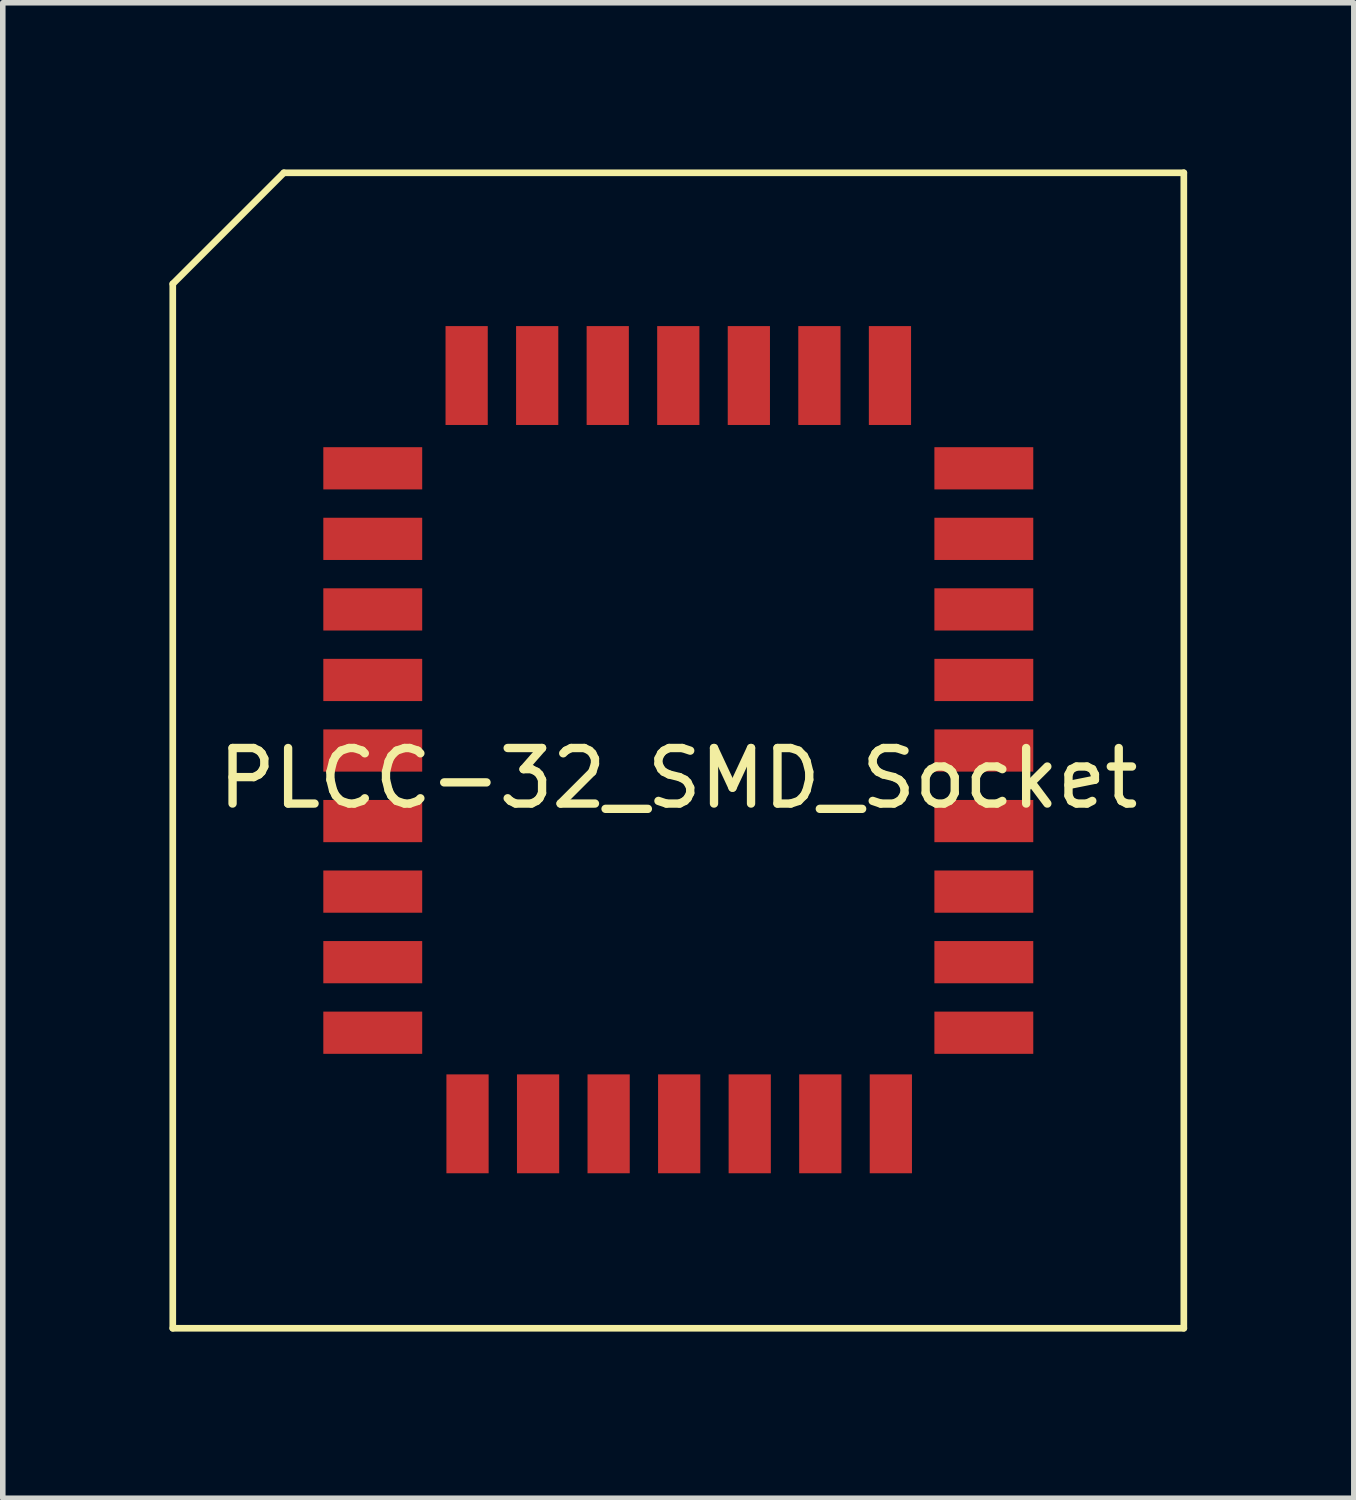
<source format=kicad_pcb>
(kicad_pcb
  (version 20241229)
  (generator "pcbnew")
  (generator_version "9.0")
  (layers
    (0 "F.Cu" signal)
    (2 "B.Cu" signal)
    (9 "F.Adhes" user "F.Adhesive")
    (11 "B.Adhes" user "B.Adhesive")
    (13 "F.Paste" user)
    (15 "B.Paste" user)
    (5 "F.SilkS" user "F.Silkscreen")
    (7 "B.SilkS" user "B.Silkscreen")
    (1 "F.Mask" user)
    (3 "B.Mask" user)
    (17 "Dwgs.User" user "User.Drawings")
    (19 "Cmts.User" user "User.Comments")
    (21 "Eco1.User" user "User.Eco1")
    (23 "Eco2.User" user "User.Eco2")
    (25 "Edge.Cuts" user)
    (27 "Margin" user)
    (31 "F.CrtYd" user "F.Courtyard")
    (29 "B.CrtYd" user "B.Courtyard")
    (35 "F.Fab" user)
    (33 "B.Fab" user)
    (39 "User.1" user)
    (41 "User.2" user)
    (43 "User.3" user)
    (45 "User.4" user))
  (footprint "PLCC-32_SMD_Socket"
    (layer "F.Cu")
    (at 9.16 10.46)
    (property "Reference" "PLCC-32_SMD_Socket" (at 0 0.5 0) (layer "F.SilkS") (effects (font (size 1 1) (thickness 0.15))))
    (attr smd)
    (fp_line (start -9.1 -8.4) (end -9.1 10.4) (stroke (width 0.12) (type solid)) (layer "F.SilkS"))
    (fp_line (start -9.1 10.4) (end 9.1 10.4) (stroke (width 0.12) (type solid)) (layer "F.SilkS"))
    (fp_line (start -7.1 -10.4) (end -9.1 -8.4) (stroke (width 0.12) (type solid)) (layer "F.SilkS"))
    (fp_line (start 9.1 -10.4) (end -7.1 -10.4) (stroke (width 0.12) (type solid)) (layer "F.SilkS"))
    (fp_line (start 9.1 10.4) (end 9.1 -10.4) (stroke (width 0.12) (type solid)) (layer "F.SilkS"))
    (pad "1" smd rect (at 0 -6.75) (size 0.76 1.78) (layers "F.Cu" "F.Mask" "F.Paste"))
    (pad "2" smd rect (at -1.27 -6.75) (size 0.76 1.78) (layers "F.Cu" "F.Mask" "F.Paste"))
    (pad "3" smd rect (at -2.54 -6.75) (size 0.76 1.78) (layers "F.Cu" "F.Mask" "F.Paste"))
    (pad "4" smd rect (at -3.81 -6.75) (size 0.76 1.78) (layers "F.Cu" "F.Mask" "F.Paste"))
    (pad "5" smd rect (at -5.5 -5.08 90) (size 0.76 1.78) (layers "F.Cu" "F.Mask" "F.Paste"))
    (pad "6" smd rect (at -5.5 -3.81 90) (size 0.76 1.78) (layers "F.Cu" "F.Mask" "F.Paste"))
    (pad "7" smd rect (at -5.5 -2.54 90) (size 0.76 1.78) (layers "F.Cu" "F.Mask" "F.Paste"))
    (pad "8" smd rect (at -5.5 -1.27 90) (size 0.76 1.78) (layers "F.Cu" "F.Mask" "F.Paste"))
    (pad "9" smd rect (at -5.5 0 90) (size 0.76 1.78) (layers "F.Cu" "F.Mask" "F.Paste"))
    (pad "10" smd rect (at -5.5 1.27 90) (size 0.76 1.78) (layers "F.Cu" "F.Mask" "F.Paste"))
    (pad "11" smd rect (at -5.5 2.54 90) (size 0.76 1.78) (layers "F.Cu" "F.Mask" "F.Paste"))
    (pad "12" smd rect (at -5.5 3.81 90) (size 0.76 1.78) (layers "F.Cu" "F.Mask" "F.Paste"))
    (pad "13" smd rect (at -5.5 5.08 90) (size 0.76 1.78) (layers "F.Cu" "F.Mask" "F.Paste"))
    (pad "14" smd rect (at -3.794 6.72 180) (size 0.76 1.78) (layers "F.Cu" "F.Mask" "F.Paste"))
    (pad "15" smd rect (at -2.524 6.72 180) (size 0.76 1.78) (layers "F.Cu" "F.Mask" "F.Paste"))
    (pad "16" smd rect (at -1.254 6.72 180) (size 0.76 1.78) (layers "F.Cu" "F.Mask" "F.Paste"))
    (pad "17" smd rect (at 0.016 6.72 180) (size 0.76 1.78) (layers "F.Cu" "F.Mask" "F.Paste"))
    (pad "18" smd rect (at 1.286 6.72 180) (size 0.76 1.78) (layers "F.Cu" "F.Mask" "F.Paste"))
    (pad "19" smd rect (at 2.556 6.72 180) (size 0.76 1.78) (layers "F.Cu" "F.Mask" "F.Paste"))
    (pad "20" smd rect (at 3.826 6.72 180) (size 0.76 1.78) (layers "F.Cu" "F.Mask" "F.Paste"))
    (pad "21" smd rect (at 5.5 5.08 270) (size 0.76 1.78) (layers "F.Cu" "F.Mask" "F.Paste"))
    (pad "22" smd rect (at 5.5 3.81 270) (size 0.76 1.78) (layers "F.Cu" "F.Mask" "F.Paste"))
    (pad "23" smd rect (at 5.5 2.54 270) (size 0.76 1.78) (layers "F.Cu" "F.Mask" "F.Paste"))
    (pad "24" smd rect (at 5.5 1.27 270) (size 0.76 1.78) (layers "F.Cu" "F.Mask" "F.Paste"))
    (pad "25" smd rect (at 5.5 0 270) (size 0.76 1.78) (layers "F.Cu" "F.Mask" "F.Paste"))
    (pad "26" smd rect (at 5.5 -1.27 270) (size 0.76 1.78) (layers "F.Cu" "F.Mask" "F.Paste"))
    (pad "27" smd rect (at 5.5 -2.54 270) (size 0.76 1.78) (layers "F.Cu" "F.Mask" "F.Paste"))
    (pad "28" smd rect (at 5.5 -3.81 270) (size 0.76 1.78) (layers "F.Cu" "F.Mask" "F.Paste"))
    (pad "29" smd rect (at 5.5 -5.08 270) (size 0.76 1.78) (layers "F.Cu" "F.Mask" "F.Paste"))
    (pad "30" smd rect (at 3.81 -6.75) (size 0.76 1.78) (layers "F.Cu" "F.Mask" "F.Paste"))
    (pad "31" smd rect (at 2.54 -6.75) (size 0.76 1.78) (layers "F.Cu" "F.Mask" "F.Paste"))
    (pad "32" smd rect (at 1.27 -6.75) (size 0.76 1.78) (layers "F.Cu" "F.Mask" "F.Paste")))
  (gr_rect
    (start -3 -3)
    (end 21.32 23.92)
    (stroke (width 0.1) (type default))
    (fill no)
    (layer "Edge.Cuts")))
</source>
